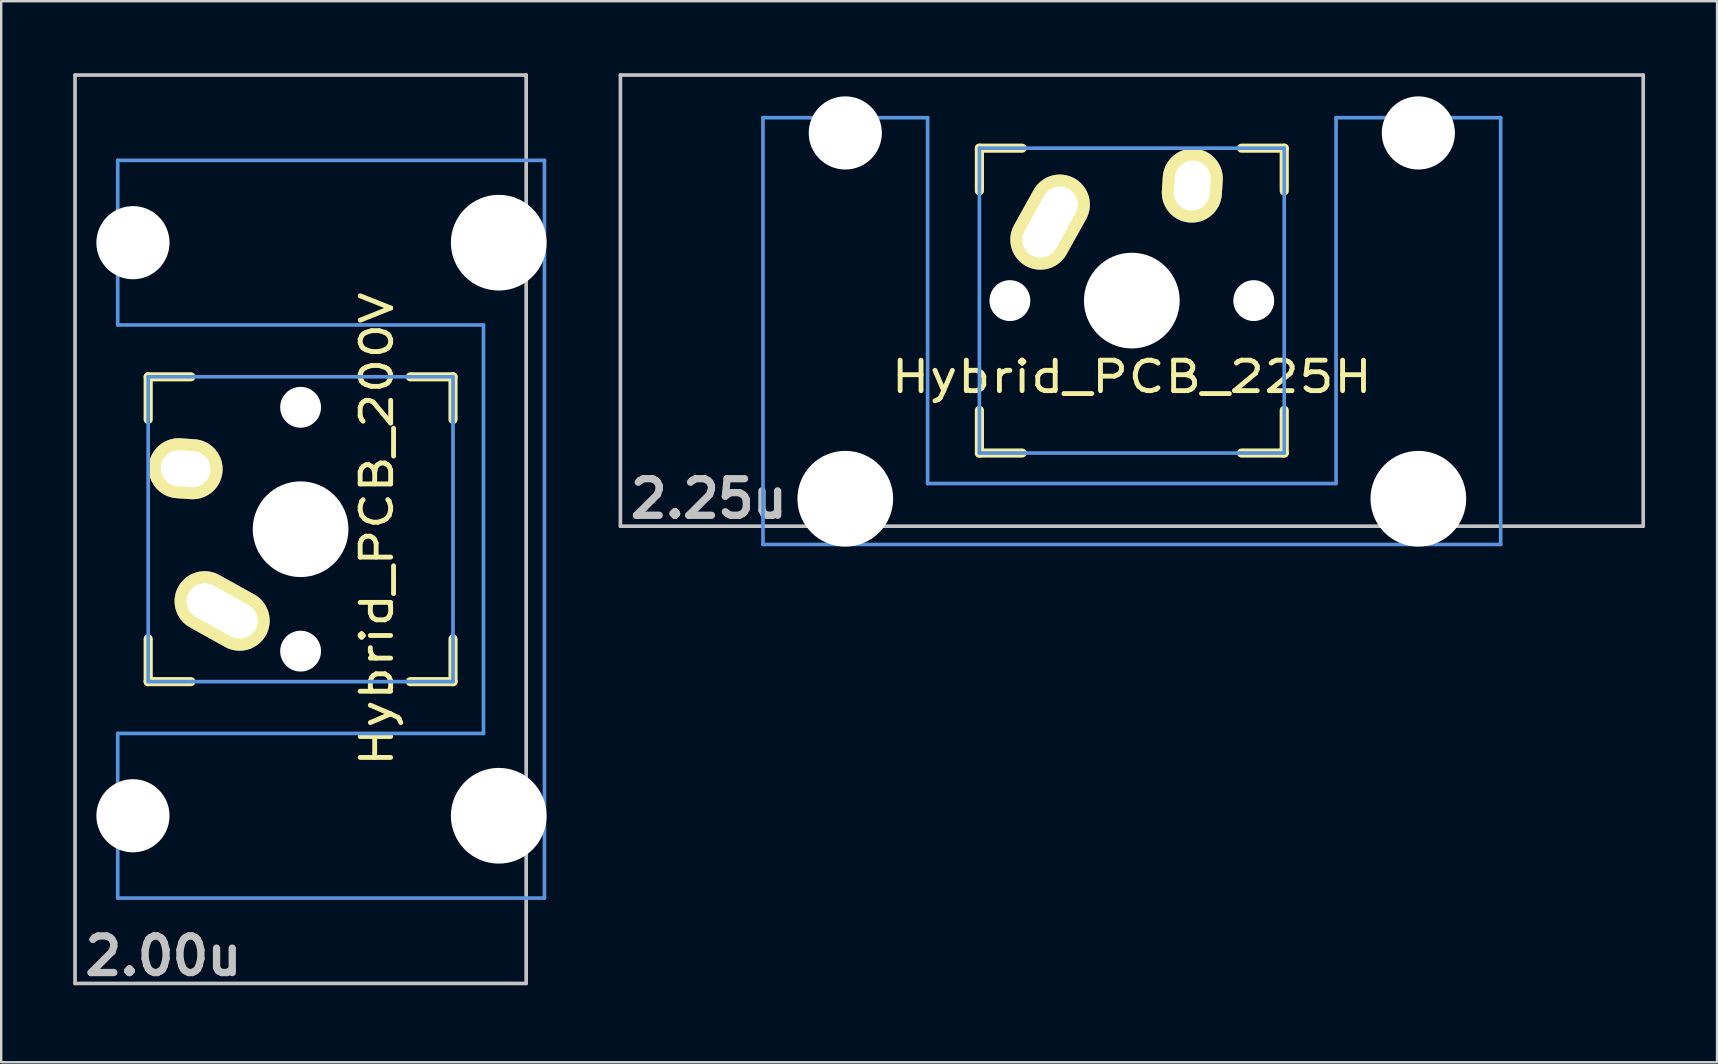
<source format=kicad_pcb>
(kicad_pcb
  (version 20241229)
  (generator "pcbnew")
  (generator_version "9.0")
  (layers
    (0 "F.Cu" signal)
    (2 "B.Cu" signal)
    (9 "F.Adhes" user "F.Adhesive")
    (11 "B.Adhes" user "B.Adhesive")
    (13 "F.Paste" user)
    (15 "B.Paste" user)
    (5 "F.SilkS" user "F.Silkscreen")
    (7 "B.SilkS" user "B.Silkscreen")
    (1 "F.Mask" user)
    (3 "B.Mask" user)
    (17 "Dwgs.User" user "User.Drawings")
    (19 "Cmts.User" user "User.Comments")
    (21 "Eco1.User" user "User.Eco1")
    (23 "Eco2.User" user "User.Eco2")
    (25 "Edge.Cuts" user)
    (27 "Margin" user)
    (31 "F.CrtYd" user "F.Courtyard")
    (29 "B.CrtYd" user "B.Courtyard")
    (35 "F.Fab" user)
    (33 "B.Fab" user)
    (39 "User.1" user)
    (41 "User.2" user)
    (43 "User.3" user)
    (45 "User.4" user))
  (footprint "Hybrid_PCB_225H"
    (layer "F.Cu")
    (at 44.105 9.474)
    (property "Reference" "Hybrid_PCB_225H" (at 0 3.175 0) (layer "F.SilkS") (effects (font (size 1.27 1.524) (thickness 0.203))))
    (attr through_hole)
    (fp_line (start -6.35 -6.35) (end -4.572 -6.35) (stroke (width 0.381) (type solid)) (layer "F.SilkS"))
    (fp_line (start -6.35 -4.572) (end -6.35 -6.35) (stroke (width 0.381) (type solid)) (layer "F.SilkS"))
    (fp_line (start -6.35 6.35) (end -6.35 4.572) (stroke (width 0.381) (type solid)) (layer "F.SilkS"))
    (fp_line (start -4.572 6.35) (end -6.35 6.35) (stroke (width 0.381) (type solid)) (layer "F.SilkS"))
    (fp_line (start 4.572 -6.35) (end 6.35 -6.35) (stroke (width 0.381) (type solid)) (layer "F.SilkS"))
    (fp_line (start 6.35 -6.35) (end 6.35 -4.572) (stroke (width 0.381) (type solid)) (layer "F.SilkS"))
    (fp_line (start 6.35 4.572) (end 6.35 6.35) (stroke (width 0.381) (type solid)) (layer "F.SilkS"))
    (fp_line (start 6.35 6.35) (end 4.572 6.35) (stroke (width 0.381) (type solid)) (layer "F.SilkS"))
    (fp_line (start -21.306 -9.398) (end 21.306 -9.398) (stroke (width 0.152) (type solid)) (layer "Dwgs.User"))
    (fp_line (start -21.306 9.398) (end -21.306 -9.398) (stroke (width 0.152) (type solid)) (layer "Dwgs.User"))
    (fp_line (start 21.306 -9.398) (end 21.306 9.398) (stroke (width 0.152) (type solid)) (layer "Dwgs.User"))
    (fp_line (start 21.306 9.398) (end -21.306 9.398) (stroke (width 0.152) (type solid)) (layer "Dwgs.User"))
    (fp_line (start -15.367 -7.62) (end -15.367 10.16) (stroke (width 0.152) (type solid)) (layer "Cmts.User"))
    (fp_line (start -15.367 10.16) (end 15.367 10.16) (stroke (width 0.152) (type solid)) (layer "Cmts.User"))
    (fp_line (start -8.509 -7.62) (end -15.367 -7.62) (stroke (width 0.152) (type solid)) (layer "Cmts.User"))
    (fp_line (start -8.509 7.62) (end -8.509 -7.62) (stroke (width 0.152) (type solid)) (layer "Cmts.User"))
    (fp_line (start -6.35 -6.35) (end 6.35 -6.35) (stroke (width 0.152) (type solid)) (layer "Cmts.User"))
    (fp_line (start -6.35 6.35) (end -6.35 -6.35) (stroke (width 0.152) (type solid)) (layer "Cmts.User"))
    (fp_line (start 6.35 -6.35) (end 6.35 6.35) (stroke (width 0.152) (type solid)) (layer "Cmts.User"))
    (fp_line (start 6.35 6.35) (end -6.35 6.35) (stroke (width 0.152) (type solid)) (layer "Cmts.User"))
    (fp_line (start 8.509 -7.62) (end 8.509 7.62) (stroke (width 0.152) (type solid)) (layer "Cmts.User"))
    (fp_line (start 8.509 7.62) (end -8.509 7.62) (stroke (width 0.152) (type solid)) (layer "Cmts.User"))
    (fp_line (start 15.367 -7.62) (end 8.509 -7.62) (stroke (width 0.152) (type solid)) (layer "Cmts.User"))
    (fp_line (start 15.367 10.16) (end 15.367 -7.62) (stroke (width 0.152) (type solid)) (layer "Cmts.User"))
    (fp_line (start -16.129 -2.286) (end -15.265 -2.286) (stroke (width 0.152) (type solid)) (layer "Eco2.User"))
    (fp_line (start -16.129 0.508) (end -16.129 -2.286) (stroke (width 0.152) (type solid)) (layer "Eco2.User"))
    (fp_line (start -15.265 -5.69) (end -8.611 -5.69) (stroke (width 0.152) (type solid)) (layer "Eco2.User"))
    (fp_line (start -15.265 -2.286) (end -15.265 -5.69) (stroke (width 0.152) (type solid)) (layer "Eco2.User"))
    (fp_line (start -15.265 0.508) (end -16.129 0.508) (stroke (width 0.152) (type solid)) (layer "Eco2.User"))
    (fp_line (start -15.265 6.604) (end -15.265 0.508) (stroke (width 0.152) (type solid)) (layer "Eco2.User"))
    (fp_line (start -14.224 6.604) (end -15.265 6.604) (stroke (width 0.152) (type solid)) (layer "Eco2.User"))
    (fp_line (start -14.224 7.772) (end -14.224 6.604) (stroke (width 0.152) (type solid)) (layer "Eco2.User"))
    (fp_line (start -9.652 6.604) (end -9.652 7.772) (stroke (width 0.152) (type solid)) (layer "Eco2.User"))
    (fp_line (start -9.652 7.772) (end -14.224 7.772) (stroke (width 0.152) (type solid)) (layer "Eco2.User"))
    (fp_line (start -8.611 -5.69) (end -8.611 -4.877) (stroke (width 0.152) (type solid)) (layer "Eco2.User"))
    (fp_line (start -8.611 -4.877) (end -6.985 -4.877) (stroke (width 0.152) (type solid)) (layer "Eco2.User"))
    (fp_line (start -8.611 5.817) (end -8.611 6.604) (stroke (width 0.152) (type solid)) (layer "Eco2.User"))
    (fp_line (start -8.611 6.604) (end -9.652 6.604) (stroke (width 0.152) (type solid)) (layer "Eco2.User"))
    (fp_line (start -6.985 -6.985) (end 6.985 -6.985) (stroke (width 0.152) (type solid)) (layer "Eco2.User"))
    (fp_line (start -6.985 -4.877) (end -6.985 -6.985) (stroke (width 0.152) (type solid)) (layer "Eco2.User"))
    (fp_line (start -6.985 5.817) (end -8.611 5.817) (stroke (width 0.152) (type solid)) (layer "Eco2.User"))
    (fp_line (start -6.985 6.985) (end -6.985 5.817) (stroke (width 0.152) (type solid)) (layer "Eco2.User"))
    (fp_line (start 6.985 -6.985) (end 6.985 -4.877) (stroke (width 0.152) (type solid)) (layer "Eco2.User"))
    (fp_line (start 6.985 -4.877) (end 8.611 -4.877) (stroke (width 0.152) (type solid)) (layer "Eco2.User"))
    (fp_line (start 6.985 5.817) (end 6.985 6.985) (stroke (width 0.152) (type solid)) (layer "Eco2.User"))
    (fp_line (start 6.985 6.985) (end -6.985 6.985) (stroke (width 0.152) (type solid)) (layer "Eco2.User"))
    (fp_line (start 8.611 -5.69) (end 15.265 -5.69) (stroke (width 0.152) (type solid)) (layer "Eco2.User"))
    (fp_line (start 8.611 -4.877) (end 8.611 -5.69) (stroke (width 0.152) (type solid)) (layer "Eco2.User"))
    (fp_line (start 8.611 5.817) (end 6.985 5.817) (stroke (width 0.152) (type solid)) (layer "Eco2.User"))
    (fp_line (start 8.611 6.604) (end 8.611 5.817) (stroke (width 0.152) (type solid)) (layer "Eco2.User"))
    (fp_line (start 9.652 6.604) (end 8.611 6.604) (stroke (width 0.152) (type solid)) (layer "Eco2.User"))
    (fp_line (start 9.652 7.772) (end 9.652 6.604) (stroke (width 0.152) (type solid)) (layer "Eco2.User"))
    (fp_line (start 14.224 6.604) (end 14.224 7.772) (stroke (width 0.152) (type solid)) (layer "Eco2.User"))
    (fp_line (start 14.224 7.772) (end 9.652 7.772) (stroke (width 0.152) (type solid)) (layer "Eco2.User"))
    (fp_line (start 15.265 -5.69) (end 15.265 -2.286) (stroke (width 0.152) (type solid)) (layer "Eco2.User"))
    (fp_line (start 15.265 -2.286) (end 16.129 -2.286) (stroke (width 0.152) (type solid)) (layer "Eco2.User"))
    (fp_line (start 15.265 0.508) (end 15.265 6.604) (stroke (width 0.152) (type solid)) (layer "Eco2.User"))
    (fp_line (start 15.265 6.604) (end 14.224 6.604) (stroke (width 0.152) (type solid)) (layer "Eco2.User"))
    (fp_line (start 16.129 -2.286) (end 16.129 0.508) (stroke (width 0.152) (type solid)) (layer "Eco2.User"))
    (fp_line (start 16.129 0.508) (end 15.265 0.508) (stroke (width 0.152) (type solid)) (layer "Eco2.User"))
    (fp_text user "2.25u" (at -17.623 8.255 0) (layer "Dwgs.User") (effects (font (size 1.524 1.524) (thickness 0.305))))
    (pad "" np_thru_hole circle (at -11.938 -6.985) (size 3.048 3.048) (drill 3.048) (layers "*.Cu"))
    (pad "" np_thru_hole circle (at -11.938 8.255) (size 3.988 3.988) (drill 3.988) (layers "*.Cu"))
    (pad "" np_thru_hole circle (at -5.08 0) (size 1.702 1.702) (drill 1.702) (layers "*.Cu"))
    (pad "" np_thru_hole circle (at 0 0) (size 3.988 3.988) (drill 3.988) (layers "*.Cu"))
    (pad "" np_thru_hole circle (at 5.08 0) (size 1.702 1.702) (drill 1.702) (layers "*.Cu"))
    (pad "" np_thru_hole circle (at 11.938 -6.985) (size 3.048 3.048) (drill 3.048) (layers "*.Cu"))
    (pad "" np_thru_hole circle (at 11.938 8.255) (size 3.988 3.988) (drill 3.988) (layers "*.Cu"))
    (pad "1" thru_hole oval (at -3.405 -3.27 330.95) (size 2.5 4.17) (drill oval 1.5 3.17) (layers "*.Cu" "*.Mask" "F.SilkS"))
    (pad "2" thru_hole oval (at 2.52 -4.79 356.1) (size 2.5 3.08) (drill oval 1.5 2.08) (layers "*.Cu" "*.Mask" "F.SilkS")))
  (footprint "Hybrid_PCB_200V"
    (layer "F.Cu")
    (at 9.474 18.999)
    (property "Reference" "Hybrid_PCB_200V" (at 3.175 0 90) (layer "F.SilkS") (effects (font (size 1.27 1.524) (thickness 0.203))))
    (attr through_hole)
    (fp_line (start -6.35 -6.35) (end -4.572 -6.35) (stroke (width 0.381) (type solid)) (layer "F.SilkS"))
    (fp_line (start -6.35 -4.572) (end -6.35 -6.35) (stroke (width 0.381) (type solid)) (layer "F.SilkS"))
    (fp_line (start -6.35 6.35) (end -6.35 4.572) (stroke (width 0.381) (type solid)) (layer "F.SilkS"))
    (fp_line (start -4.572 6.35) (end -6.35 6.35) (stroke (width 0.381) (type solid)) (layer "F.SilkS"))
    (fp_line (start 4.572 -6.35) (end 6.35 -6.35) (stroke (width 0.381) (type solid)) (layer "F.SilkS"))
    (fp_line (start 6.35 -6.35) (end 6.35 -4.572) (stroke (width 0.381) (type solid)) (layer "F.SilkS"))
    (fp_line (start 6.35 4.572) (end 6.35 6.35) (stroke (width 0.381) (type solid)) (layer "F.SilkS"))
    (fp_line (start 6.35 6.35) (end 4.572 6.35) (stroke (width 0.381) (type solid)) (layer "F.SilkS"))
    (fp_line (start -9.398 -18.923) (end 9.398 -18.923) (stroke (width 0.152) (type solid)) (layer "Dwgs.User"))
    (fp_line (start -9.398 18.923) (end -9.398 -18.923) (stroke (width 0.152) (type solid)) (layer "Dwgs.User"))
    (fp_line (start 9.398 -18.923) (end 9.398 18.923) (stroke (width 0.152) (type solid)) (layer "Dwgs.User"))
    (fp_line (start 9.398 18.923) (end -9.398 18.923) (stroke (width 0.152) (type solid)) (layer "Dwgs.User"))
    (fp_line (start -7.62 -15.367) (end -7.62 -8.509) (stroke (width 0.152) (type solid)) (layer "Cmts.User"))
    (fp_line (start -7.62 -8.509) (end 7.62 -8.509) (stroke (width 0.152) (type solid)) (layer "Cmts.User"))
    (fp_line (start -7.62 8.509) (end -7.62 15.367) (stroke (width 0.152) (type solid)) (layer "Cmts.User"))
    (fp_line (start -7.62 15.367) (end 10.16 15.367) (stroke (width 0.152) (type solid)) (layer "Cmts.User"))
    (fp_line (start -6.35 -6.35) (end 6.35 -6.35) (stroke (width 0.152) (type solid)) (layer "Cmts.User"))
    (fp_line (start -6.35 6.35) (end -6.35 -6.35) (stroke (width 0.152) (type solid)) (layer "Cmts.User"))
    (fp_line (start 6.35 -6.35) (end 6.35 6.35) (stroke (width 0.152) (type solid)) (layer "Cmts.User"))
    (fp_line (start 6.35 6.35) (end -6.35 6.35) (stroke (width 0.152) (type solid)) (layer "Cmts.User"))
    (fp_line (start 7.62 -8.509) (end 7.62 8.509) (stroke (width 0.152) (type solid)) (layer "Cmts.User"))
    (fp_line (start 7.62 8.509) (end -7.62 8.509) (stroke (width 0.152) (type solid)) (layer "Cmts.User"))
    (fp_line (start 10.16 -15.367) (end -7.62 -15.367) (stroke (width 0.152) (type solid)) (layer "Cmts.User"))
    (fp_line (start 10.16 15.367) (end 10.16 -15.367) (stroke (width 0.152) (type solid)) (layer "Cmts.User"))
    (fp_line (start -6.985 -6.985) (end -4.877 -6.985) (stroke (width 0.152) (type solid)) (layer "Eco2.User"))
    (fp_line (start -6.985 6.985) (end -6.985 -6.985) (stroke (width 0.152) (type solid)) (layer "Eco2.User"))
    (fp_line (start -5.69 -15.265) (end -2.286 -15.265) (stroke (width 0.152) (type solid)) (layer "Eco2.User"))
    (fp_line (start -5.69 -8.611) (end -5.69 -15.265) (stroke (width 0.152) (type solid)) (layer "Eco2.User"))
    (fp_line (start -5.69 8.611) (end -4.877 8.611) (stroke (width 0.152) (type solid)) (layer "Eco2.User"))
    (fp_line (start -5.69 15.265) (end -5.69 8.611) (stroke (width 0.152) (type solid)) (layer "Eco2.User"))
    (fp_line (start -4.877 -8.611) (end -5.69 -8.611) (stroke (width 0.152) (type solid)) (layer "Eco2.User"))
    (fp_line (start -4.877 -6.985) (end -4.877 -8.611) (stroke (width 0.152) (type solid)) (layer "Eco2.User"))
    (fp_line (start -4.877 6.985) (end -6.985 6.985) (stroke (width 0.152) (type solid)) (layer "Eco2.User"))
    (fp_line (start -4.877 8.611) (end -4.877 6.985) (stroke (width 0.152) (type solid)) (layer "Eco2.User"))
    (fp_line (start -2.286 -16.129) (end 0.508 -16.129) (stroke (width 0.152) (type solid)) (layer "Eco2.User"))
    (fp_line (start -2.286 -15.265) (end -2.286 -16.129) (stroke (width 0.152) (type solid)) (layer "Eco2.User"))
    (fp_line (start -2.286 15.265) (end -5.69 15.265) (stroke (width 0.152) (type solid)) (layer "Eco2.User"))
    (fp_line (start -2.286 16.129) (end -2.286 15.265) (stroke (width 0.152) (type solid)) (layer "Eco2.User"))
    (fp_line (start 0.508 -16.129) (end 0.508 -15.265) (stroke (width 0.152) (type solid)) (layer "Eco2.User"))
    (fp_line (start 0.508 -15.265) (end 6.604 -15.265) (stroke (width 0.152) (type solid)) (layer "Eco2.User"))
    (fp_line (start 0.508 15.265) (end 0.508 16.129) (stroke (width 0.152) (type solid)) (layer "Eco2.User"))
    (fp_line (start 0.508 16.129) (end -2.286 16.129) (stroke (width 0.152) (type solid)) (layer "Eco2.User"))
    (fp_line (start 5.817 -8.611) (end 5.817 -6.985) (stroke (width 0.152) (type solid)) (layer "Eco2.User"))
    (fp_line (start 5.817 -6.985) (end 6.985 -6.985) (stroke (width 0.152) (type solid)) (layer "Eco2.User"))
    (fp_line (start 5.817 6.985) (end 5.817 8.611) (stroke (width 0.152) (type solid)) (layer "Eco2.User"))
    (fp_line (start 5.817 8.611) (end 6.604 8.611) (stroke (width 0.152) (type solid)) (layer "Eco2.User"))
    (fp_line (start 6.604 -15.265) (end 6.604 -14.224) (stroke (width 0.152) (type solid)) (layer "Eco2.User"))
    (fp_line (start 6.604 -14.224) (end 7.772 -14.224) (stroke (width 0.152) (type solid)) (layer "Eco2.User"))
    (fp_line (start 6.604 -9.652) (end 6.604 -8.611) (stroke (width 0.152) (type solid)) (layer "Eco2.User"))
    (fp_line (start 6.604 -8.611) (end 5.817 -8.611) (stroke (width 0.152) (type solid)) (layer "Eco2.User"))
    (fp_line (start 6.604 8.611) (end 6.604 9.652) (stroke (width 0.152) (type solid)) (layer "Eco2.User"))
    (fp_line (start 6.604 9.652) (end 7.772 9.652) (stroke (width 0.152) (type solid)) (layer "Eco2.User"))
    (fp_line (start 6.604 14.224) (end 6.604 15.265) (stroke (width 0.152) (type solid)) (layer "Eco2.User"))
    (fp_line (start 6.604 15.265) (end 0.508 15.265) (stroke (width 0.152) (type solid)) (layer "Eco2.User"))
    (fp_line (start 6.985 -6.985) (end 6.985 6.985) (stroke (width 0.152) (type solid)) (layer "Eco2.User"))
    (fp_line (start 6.985 6.985) (end 5.817 6.985) (stroke (width 0.152) (type solid)) (layer "Eco2.User"))
    (fp_line (start 7.772 -14.224) (end 7.772 -9.652) (stroke (width 0.152) (type solid)) (layer "Eco2.User"))
    (fp_line (start 7.772 -9.652) (end 6.604 -9.652) (stroke (width 0.152) (type solid)) (layer "Eco2.User"))
    (fp_line (start 7.772 9.652) (end 7.772 14.224) (stroke (width 0.152) (type solid)) (layer "Eco2.User"))
    (fp_line (start 7.772 14.224) (end 6.604 14.224) (stroke (width 0.152) (type solid)) (layer "Eco2.User"))
    (fp_text user "2.00u" (at -5.715 17.78 0) (layer "Dwgs.User") (effects (font (size 1.524 1.524) (thickness 0.305))))
    (pad "" np_thru_hole circle (at -6.985 -11.938 90) (size 3.048 3.048) (drill 3.048) (layers "*.Cu"))
    (pad "" np_thru_hole circle (at -6.985 11.938 90) (size 3.048 3.048) (drill 3.048) (layers "*.Cu"))
    (pad "" np_thru_hole circle (at 0 -5.08 90) (size 1.702 1.702) (drill 1.702) (layers "*.Cu"))
    (pad "" np_thru_hole circle (at 0 0 90) (size 3.988 3.988) (drill 3.988) (layers "*.Cu"))
    (pad "" np_thru_hole circle (at 0 5.08 90) (size 1.702 1.702) (drill 1.702) (layers "*.Cu"))
    (pad "" np_thru_hole circle (at 8.255 -11.938 90) (size 3.988 3.988) (drill 3.988) (layers "*.Cu"))
    (pad "" np_thru_hole circle (at 8.255 11.938 90) (size 3.988 3.988) (drill 3.988) (layers "*.Cu"))
    (pad "1" thru_hole oval (at -3.27 3.405 60.95) (size 2.5 4.17) (drill oval 1.5 3.17) (layers "*.Cu" "*.Mask" "F.SilkS"))
    (pad "2" thru_hole oval (at -4.79 -2.52 86.1) (size 2.5 3.08) (drill oval 1.5 2.08) (layers "*.Cu" "*.Mask" "F.SilkS")))
  (gr_rect
    (start -3 -3)
    (end 68.487 41.206)
    (stroke (width 0.1) (type default))
    (fill no)
    (layer "Edge.Cuts")))
</source>
